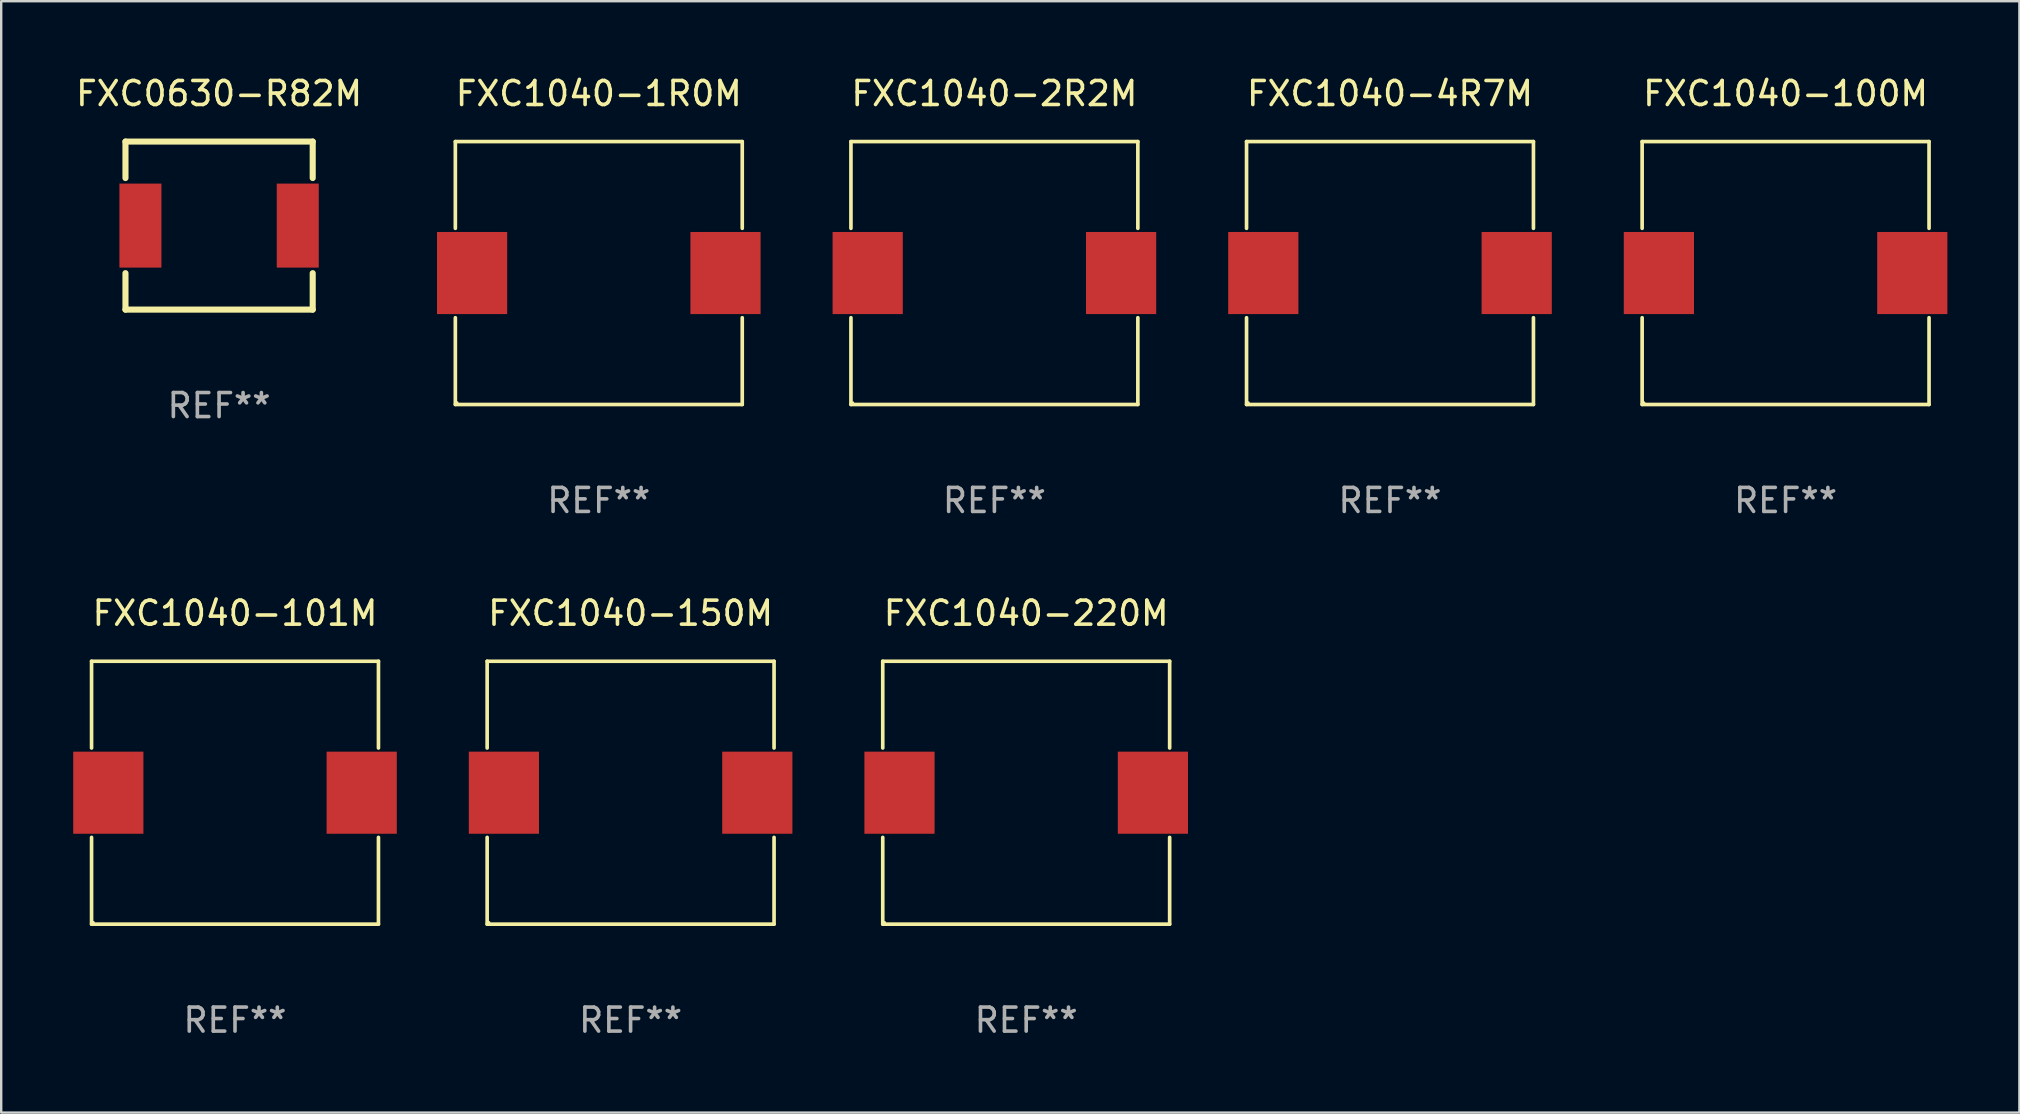
<source format=kicad_pcb>
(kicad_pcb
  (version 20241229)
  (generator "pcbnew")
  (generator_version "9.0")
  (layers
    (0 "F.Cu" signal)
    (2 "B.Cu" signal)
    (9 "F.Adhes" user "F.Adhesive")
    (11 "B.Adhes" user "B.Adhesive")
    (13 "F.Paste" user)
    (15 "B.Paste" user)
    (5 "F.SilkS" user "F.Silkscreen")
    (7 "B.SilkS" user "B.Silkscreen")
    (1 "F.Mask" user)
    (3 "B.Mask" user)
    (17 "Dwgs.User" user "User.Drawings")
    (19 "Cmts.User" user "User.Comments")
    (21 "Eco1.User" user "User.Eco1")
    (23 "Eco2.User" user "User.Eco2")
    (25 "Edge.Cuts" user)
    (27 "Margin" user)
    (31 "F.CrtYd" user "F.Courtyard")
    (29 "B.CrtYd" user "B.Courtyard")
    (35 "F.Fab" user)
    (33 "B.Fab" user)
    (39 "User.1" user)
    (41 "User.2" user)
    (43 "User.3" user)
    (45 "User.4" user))
  (footprint "FXC1040-4R7M"
    (layer "F.Cu")
    (at 54.855 8.324)
    (property "Reference" "FXC1040-4R7M" (at 0 -7.476 0) (layer "F.SilkS") (effects (font (size 1 1) (thickness 0.15))))
    (attr through_hole)
    (fp_line (start -5.976 -5.476) (end 5.976 -5.476) (stroke (width 0.152) (type solid)) (layer "F.SilkS"))
    (fp_line (start -5.976 -1.862) (end -5.976 -5.476) (stroke (width 0.152) (type solid)) (layer "F.SilkS"))
    (fp_line (start -5.976 1.862) (end -5.976 5.476) (stroke (width 0.152) (type solid)) (layer "F.SilkS"))
    (fp_line (start -5.976 5.476) (end 5.976 5.476) (stroke (width 0.152) (type solid)) (layer "F.SilkS"))
    (fp_line (start 5.976 -5.476) (end 5.976 -1.862) (stroke (width 0.152) (type solid)) (layer "F.SilkS"))
    (fp_line (start 5.976 5.476) (end 5.976 1.862) (stroke (width 0.152) (type solid)) (layer "F.SilkS"))
    (fp_circle (center -5.9 5.4) (end -5.87 5.4) (stroke (width 0.06) (type solid)) (fill no) (layer "F.SilkS"))
    (fp_text user "REF**" (at 0 9.476 0) (layer "F.Fab") (effects (font (size 1 1) (thickness 0.15))))
    (pad "1" smd rect (at 5.278 0) (size 2.924 3.42) (layers "F.Cu" "F.Mask" "F.Paste"))
    (pad "2" smd rect (at -5.278 0) (size 2.924 3.42) (layers "F.Cu" "F.Mask" "F.Paste")))
  (footprint "FXC1040-100M"
    (layer "F.Cu")
    (at 71.335 8.324)
    (property "Reference" "FXC1040-100M" (at 0 -7.476 0) (layer "F.SilkS") (effects (font (size 1 1) (thickness 0.15))))
    (attr through_hole)
    (fp_line (start -5.976 -5.476) (end 5.976 -5.476) (stroke (width 0.152) (type solid)) (layer "F.SilkS"))
    (fp_line (start -5.976 -1.862) (end -5.976 -5.476) (stroke (width 0.152) (type solid)) (layer "F.SilkS"))
    (fp_line (start -5.976 1.862) (end -5.976 5.476) (stroke (width 0.152) (type solid)) (layer "F.SilkS"))
    (fp_line (start -5.976 5.476) (end 5.976 5.476) (stroke (width 0.152) (type solid)) (layer "F.SilkS"))
    (fp_line (start 5.976 -5.476) (end 5.976 -1.862) (stroke (width 0.152) (type solid)) (layer "F.SilkS"))
    (fp_line (start 5.976 5.476) (end 5.976 1.862) (stroke (width 0.152) (type solid)) (layer "F.SilkS"))
    (fp_circle (center -5.9 5.4) (end -5.87 5.4) (stroke (width 0.06) (type solid)) (fill no) (layer "F.SilkS"))
    (fp_text user "REF**" (at 0 9.476 0) (layer "F.Fab") (effects (font (size 1 1) (thickness 0.15))))
    (pad "1" smd rect (at 5.278 0) (size 2.924 3.42) (layers "F.Cu" "F.Mask" "F.Paste"))
    (pad "2" smd rect (at -5.278 0) (size 2.924 3.42) (layers "F.Cu" "F.Mask" "F.Paste")))
  (footprint "FXC1040-150M"
    (layer "F.Cu")
    (at 23.22 29.973)
    (property "Reference" "FXC1040-150M" (at 0 -7.476 0) (layer "F.SilkS") (effects (font (size 1 1) (thickness 0.15))))
    (attr through_hole)
    (fp_line (start -5.976 -5.476) (end 5.976 -5.476) (stroke (width 0.152) (type solid)) (layer "F.SilkS"))
    (fp_line (start -5.976 -1.862) (end -5.976 -5.476) (stroke (width 0.152) (type solid)) (layer "F.SilkS"))
    (fp_line (start -5.976 1.862) (end -5.976 5.476) (stroke (width 0.152) (type solid)) (layer "F.SilkS"))
    (fp_line (start -5.976 5.476) (end 5.976 5.476) (stroke (width 0.152) (type solid)) (layer "F.SilkS"))
    (fp_line (start 5.976 -5.476) (end 5.976 -1.862) (stroke (width 0.152) (type solid)) (layer "F.SilkS"))
    (fp_line (start 5.976 5.476) (end 5.976 1.862) (stroke (width 0.152) (type solid)) (layer "F.SilkS"))
    (fp_circle (center -5.9 5.4) (end -5.87 5.4) (stroke (width 0.06) (type solid)) (fill no) (layer "F.SilkS"))
    (fp_text user "REF**" (at 0 9.476 0) (layer "F.Fab") (effects (font (size 1 1) (thickness 0.15))))
    (pad "1" smd rect (at 5.278 0) (size 2.924 3.42) (layers "F.Cu" "F.Mask" "F.Paste"))
    (pad "2" smd rect (at -5.278 0) (size 2.924 3.42) (layers "F.Cu" "F.Mask" "F.Paste")))
  (footprint "FXC1040-220M"
    (layer "F.Cu")
    (at 39.7 29.973)
    (property "Reference" "FXC1040-220M" (at 0 -7.476 0) (layer "F.SilkS") (effects (font (size 1 1) (thickness 0.15))))
    (attr through_hole)
    (fp_line (start -5.976 -5.476) (end 5.976 -5.476) (stroke (width 0.152) (type solid)) (layer "F.SilkS"))
    (fp_line (start -5.976 -1.862) (end -5.976 -5.476) (stroke (width 0.152) (type solid)) (layer "F.SilkS"))
    (fp_line (start -5.976 1.862) (end -5.976 5.476) (stroke (width 0.152) (type solid)) (layer "F.SilkS"))
    (fp_line (start -5.976 5.476) (end 5.976 5.476) (stroke (width 0.152) (type solid)) (layer "F.SilkS"))
    (fp_line (start 5.976 -5.476) (end 5.976 -1.862) (stroke (width 0.152) (type solid)) (layer "F.SilkS"))
    (fp_line (start 5.976 5.476) (end 5.976 1.862) (stroke (width 0.152) (type solid)) (layer "F.SilkS"))
    (fp_circle (center -5.9 5.4) (end -5.87 5.4) (stroke (width 0.06) (type solid)) (fill no) (layer "F.SilkS"))
    (fp_text user "REF**" (at 0 9.476 0) (layer "F.Fab") (effects (font (size 1 1) (thickness 0.15))))
    (pad "1" smd rect (at 5.278 0) (size 2.924 3.42) (layers "F.Cu" "F.Mask" "F.Paste"))
    (pad "2" smd rect (at -5.278 0) (size 2.924 3.42) (layers "F.Cu" "F.Mask" "F.Paste")))
  (footprint "FXC0630-R82M"
    (layer "F.Cu")
    (at 6.077 6.348)
    (property "Reference" "FXC0630-R82M" (at 0 -5.5 0) (layer "F.SilkS") (effects (font (size 1 1) (thickness 0.15))))
    (attr through_hole)
    (fp_line (start -3.9 -3.5) (end -3.9 -1.981) (stroke (width 0.254) (type solid)) (layer "F.SilkS"))
    (fp_line (start -3.9 -3.5) (end 3.9 -3.5) (stroke (width 0.254) (type solid)) (layer "F.SilkS"))
    (fp_line (start -3.9 1.981) (end -3.9 3.5) (stroke (width 0.254) (type solid)) (layer "F.SilkS"))
    (fp_line (start -3.9 3.5) (end 3.9 3.5) (stroke (width 0.254) (type solid)) (layer "F.SilkS"))
    (fp_line (start 3.9 -3.5) (end 3.9 -1.981) (stroke (width 0.254) (type solid)) (layer "F.SilkS"))
    (fp_line (start 3.9 1.981) (end 3.9 3.5) (stroke (width 0.254) (type solid)) (layer "F.SilkS"))
    (fp_circle (center -3.9 3.5) (end -3.87 3.5) (stroke (width 0.06) (type solid)) (fill no) (layer "F.SilkS"))
    (fp_text user "REF**" (at 0 7.5 0) (layer "F.Fab") (effects (font (size 1 1) (thickness 0.15))))
    (pad "1" smd rect (at -3.277 0 90) (size 3.5 1.75) (layers "F.Cu" "F.Mask" "F.Paste"))
    (pad "2" smd rect (at 3.277 0 90) (size 3.5 1.75) (layers "F.Cu" "F.Mask" "F.Paste")))
  (footprint "FXC1040-101M"
    (layer "F.Cu")
    (at 6.74 29.973)
    (property "Reference" "FXC1040-101M" (at 0 -7.476 0) (layer "F.SilkS") (effects (font (size 1 1) (thickness 0.15))))
    (attr through_hole)
    (fp_line (start -5.976 -5.476) (end 5.976 -5.476) (stroke (width 0.152) (type solid)) (layer "F.SilkS"))
    (fp_line (start -5.976 -1.862) (end -5.976 -5.476) (stroke (width 0.152) (type solid)) (layer "F.SilkS"))
    (fp_line (start -5.976 1.862) (end -5.976 5.476) (stroke (width 0.152) (type solid)) (layer "F.SilkS"))
    (fp_line (start -5.976 5.476) (end 5.976 5.476) (stroke (width 0.152) (type solid)) (layer "F.SilkS"))
    (fp_line (start 5.976 -5.476) (end 5.976 -1.862) (stroke (width 0.152) (type solid)) (layer "F.SilkS"))
    (fp_line (start 5.976 5.476) (end 5.976 1.862) (stroke (width 0.152) (type solid)) (layer "F.SilkS"))
    (fp_circle (center -5.9 5.4) (end -5.87 5.4) (stroke (width 0.06) (type solid)) (fill no) (layer "F.SilkS"))
    (fp_text user "REF**" (at 0 9.476 0) (layer "F.Fab") (effects (font (size 1 1) (thickness 0.15))))
    (pad "1" smd rect (at 5.278 0) (size 2.924 3.42) (layers "F.Cu" "F.Mask" "F.Paste"))
    (pad "2" smd rect (at -5.278 0) (size 2.924 3.42) (layers "F.Cu" "F.Mask" "F.Paste")))
  (footprint "FXC1040-1R0M"
    (layer "F.Cu")
    (at 21.895 8.324)
    (property "Reference" "FXC1040-1R0M" (at 0 -7.476 0) (layer "F.SilkS") (effects (font (size 1 1) (thickness 0.15))))
    (attr through_hole)
    (fp_line (start -5.976 -5.476) (end 5.976 -5.476) (stroke (width 0.152) (type solid)) (layer "F.SilkS"))
    (fp_line (start -5.976 -1.862) (end -5.976 -5.476) (stroke (width 0.152) (type solid)) (layer "F.SilkS"))
    (fp_line (start -5.976 1.862) (end -5.976 5.476) (stroke (width 0.152) (type solid)) (layer "F.SilkS"))
    (fp_line (start -5.976 5.476) (end 5.976 5.476) (stroke (width 0.152) (type solid)) (layer "F.SilkS"))
    (fp_line (start 5.976 -5.476) (end 5.976 -1.862) (stroke (width 0.152) (type solid)) (layer "F.SilkS"))
    (fp_line (start 5.976 5.476) (end 5.976 1.862) (stroke (width 0.152) (type solid)) (layer "F.SilkS"))
    (fp_circle (center -5.9 5.4) (end -5.87 5.4) (stroke (width 0.06) (type solid)) (fill no) (layer "F.SilkS"))
    (fp_text user "REF**" (at 0 9.476 0) (layer "F.Fab") (effects (font (size 1 1) (thickness 0.15))))
    (pad "1" smd rect (at 5.278 0) (size 2.924 3.42) (layers "F.Cu" "F.Mask" "F.Paste"))
    (pad "2" smd rect (at -5.278 0) (size 2.924 3.42) (layers "F.Cu" "F.Mask" "F.Paste")))
  (footprint "FXC1040-2R2M"
    (layer "F.Cu")
    (at 38.375 8.324)
    (property "Reference" "FXC1040-2R2M" (at 0 -7.476 0) (layer "F.SilkS") (effects (font (size 1 1) (thickness 0.15))))
    (attr through_hole)
    (fp_line (start -5.976 -5.476) (end 5.976 -5.476) (stroke (width 0.152) (type solid)) (layer "F.SilkS"))
    (fp_line (start -5.976 -1.862) (end -5.976 -5.476) (stroke (width 0.152) (type solid)) (layer "F.SilkS"))
    (fp_line (start -5.976 1.862) (end -5.976 5.476) (stroke (width 0.152) (type solid)) (layer "F.SilkS"))
    (fp_line (start -5.976 5.476) (end 5.976 5.476) (stroke (width 0.152) (type solid)) (layer "F.SilkS"))
    (fp_line (start 5.976 -5.476) (end 5.976 -1.862) (stroke (width 0.152) (type solid)) (layer "F.SilkS"))
    (fp_line (start 5.976 5.476) (end 5.976 1.862) (stroke (width 0.152) (type solid)) (layer "F.SilkS"))
    (fp_circle (center -5.9 5.4) (end -5.87 5.4) (stroke (width 0.06) (type solid)) (fill no) (layer "F.SilkS"))
    (fp_text user "REF**" (at 0 9.476 0) (layer "F.Fab") (effects (font (size 1 1) (thickness 0.15))))
    (pad "1" smd rect (at 5.278 0) (size 2.924 3.42) (layers "F.Cu" "F.Mask" "F.Paste"))
    (pad "2" smd rect (at -5.278 0) (size 2.924 3.42) (layers "F.Cu" "F.Mask" "F.Paste")))
  (gr_rect
    (start -3 -3)
    (end 81.075 43.298)
    (stroke (width 0.1) (type default))
    (fill no)
    (layer "Edge.Cuts")))
</source>
